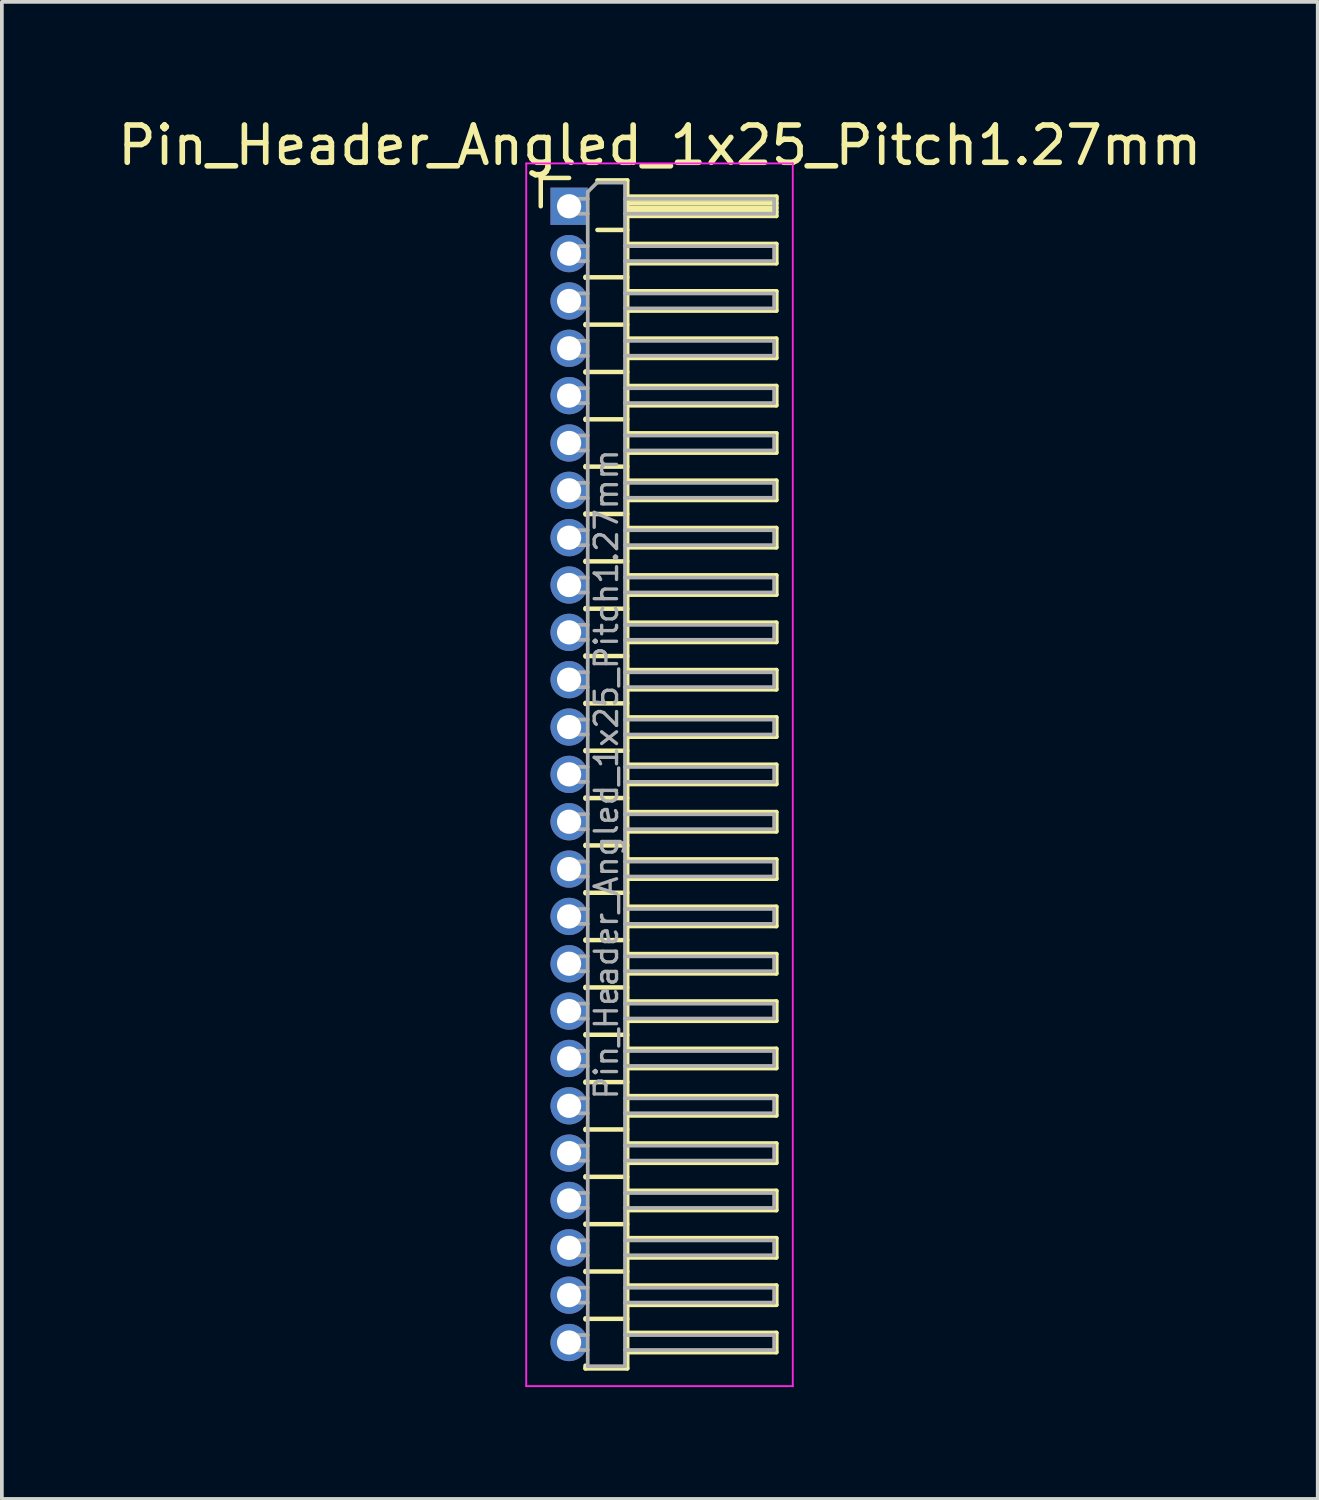
<source format=kicad_pcb>
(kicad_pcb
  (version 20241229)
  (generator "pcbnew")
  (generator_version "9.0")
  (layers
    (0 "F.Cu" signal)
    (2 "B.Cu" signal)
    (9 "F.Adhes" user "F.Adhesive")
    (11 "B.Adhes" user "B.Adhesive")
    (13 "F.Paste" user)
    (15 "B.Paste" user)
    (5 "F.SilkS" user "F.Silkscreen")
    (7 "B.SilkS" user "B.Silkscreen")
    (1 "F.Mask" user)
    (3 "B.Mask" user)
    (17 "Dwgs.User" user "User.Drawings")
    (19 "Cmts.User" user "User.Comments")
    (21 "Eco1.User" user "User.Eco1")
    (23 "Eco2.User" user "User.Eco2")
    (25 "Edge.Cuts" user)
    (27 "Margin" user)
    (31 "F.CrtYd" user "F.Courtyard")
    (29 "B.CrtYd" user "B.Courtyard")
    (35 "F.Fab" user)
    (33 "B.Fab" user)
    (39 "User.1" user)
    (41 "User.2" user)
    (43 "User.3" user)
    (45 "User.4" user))
  (footprint "Pin_Header_Angled_1x25_Pitch1.27mm"
    (layer "F.Cu")
    (at 12.216 2.483)
    (property "Reference" "Pin_Header_Angled_1x25_Pitch1.27mm" (at 2.433 -1.635 0) (layer "F.SilkS") (effects (font (size 1 1) (thickness 0.15))))
    (attr through_hole)
    (fp_line (start -0.76 -0.76) (end 0 -0.76) (stroke (width 0.12) (type solid)) (layer "F.SilkS"))
    (fp_line (start -0.76 0) (end -0.76 -0.76) (stroke (width 0.12) (type solid)) (layer "F.SilkS"))
    (fp_line (start 0.44 1.89) (end 0.44 1.92) (stroke (width 0.12) (type solid)) (layer "F.SilkS"))
    (fp_line (start 0.44 1.905) (end 1.56 1.905) (stroke (width 0.12) (type solid)) (layer "F.SilkS"))
    (fp_line (start 0.44 3.16) (end 0.44 3.19) (stroke (width 0.12) (type solid)) (layer "F.SilkS"))
    (fp_line (start 0.44 3.175) (end 1.56 3.175) (stroke (width 0.12) (type solid)) (layer "F.SilkS"))
    (fp_line (start 0.44 4.43) (end 0.44 4.46) (stroke (width 0.12) (type solid)) (layer "F.SilkS"))
    (fp_line (start 0.44 4.445) (end 1.56 4.445) (stroke (width 0.12) (type solid)) (layer "F.SilkS"))
    (fp_line (start 0.44 5.7) (end 0.44 5.73) (stroke (width 0.12) (type solid)) (layer "F.SilkS"))
    (fp_line (start 0.44 5.715) (end 1.56 5.715) (stroke (width 0.12) (type solid)) (layer "F.SilkS"))
    (fp_line (start 0.44 6.97) (end 0.44 7) (stroke (width 0.12) (type solid)) (layer "F.SilkS"))
    (fp_line (start 0.44 6.985) (end 1.56 6.985) (stroke (width 0.12) (type solid)) (layer "F.SilkS"))
    (fp_line (start 0.44 8.24) (end 0.44 8.27) (stroke (width 0.12) (type solid)) (layer "F.SilkS"))
    (fp_line (start 0.44 8.255) (end 1.56 8.255) (stroke (width 0.12) (type solid)) (layer "F.SilkS"))
    (fp_line (start 0.44 9.51) (end 0.44 9.54) (stroke (width 0.12) (type solid)) (layer "F.SilkS"))
    (fp_line (start 0.44 9.525) (end 1.56 9.525) (stroke (width 0.12) (type solid)) (layer "F.SilkS"))
    (fp_line (start 0.44 10.78) (end 0.44 10.81) (stroke (width 0.12) (type solid)) (layer "F.SilkS"))
    (fp_line (start 0.44 10.795) (end 1.56 10.795) (stroke (width 0.12) (type solid)) (layer "F.SilkS"))
    (fp_line (start 0.44 12.05) (end 0.44 12.08) (stroke (width 0.12) (type solid)) (layer "F.SilkS"))
    (fp_line (start 0.44 12.065) (end 1.56 12.065) (stroke (width 0.12) (type solid)) (layer "F.SilkS"))
    (fp_line (start 0.44 13.32) (end 0.44 13.35) (stroke (width 0.12) (type solid)) (layer "F.SilkS"))
    (fp_line (start 0.44 13.335) (end 1.56 13.335) (stroke (width 0.12) (type solid)) (layer "F.SilkS"))
    (fp_line (start 0.44 14.59) (end 0.44 14.62) (stroke (width 0.12) (type solid)) (layer "F.SilkS"))
    (fp_line (start 0.44 14.605) (end 1.56 14.605) (stroke (width 0.12) (type solid)) (layer "F.SilkS"))
    (fp_line (start 0.44 15.86) (end 0.44 15.89) (stroke (width 0.12) (type solid)) (layer "F.SilkS"))
    (fp_line (start 0.44 15.875) (end 1.56 15.875) (stroke (width 0.12) (type solid)) (layer "F.SilkS"))
    (fp_line (start 0.44 17.13) (end 0.44 17.16) (stroke (width 0.12) (type solid)) (layer "F.SilkS"))
    (fp_line (start 0.44 17.145) (end 1.56 17.145) (stroke (width 0.12) (type solid)) (layer "F.SilkS"))
    (fp_line (start 0.44 18.4) (end 0.44 18.43) (stroke (width 0.12) (type solid)) (layer "F.SilkS"))
    (fp_line (start 0.44 18.415) (end 1.56 18.415) (stroke (width 0.12) (type solid)) (layer "F.SilkS"))
    (fp_line (start 0.44 19.67) (end 0.44 19.7) (stroke (width 0.12) (type solid)) (layer "F.SilkS"))
    (fp_line (start 0.44 19.685) (end 1.56 19.685) (stroke (width 0.12) (type solid)) (layer "F.SilkS"))
    (fp_line (start 0.44 20.94) (end 0.44 20.97) (stroke (width 0.12) (type solid)) (layer "F.SilkS"))
    (fp_line (start 0.44 20.955) (end 1.56 20.955) (stroke (width 0.12) (type solid)) (layer "F.SilkS"))
    (fp_line (start 0.44 22.21) (end 0.44 22.24) (stroke (width 0.12) (type solid)) (layer "F.SilkS"))
    (fp_line (start 0.44 22.225) (end 1.56 22.225) (stroke (width 0.12) (type solid)) (layer "F.SilkS"))
    (fp_line (start 0.44 23.48) (end 0.44 23.51) (stroke (width 0.12) (type solid)) (layer "F.SilkS"))
    (fp_line (start 0.44 23.495) (end 1.56 23.495) (stroke (width 0.12) (type solid)) (layer "F.SilkS"))
    (fp_line (start 0.44 24.75) (end 0.44 24.78) (stroke (width 0.12) (type solid)) (layer "F.SilkS"))
    (fp_line (start 0.44 24.765) (end 1.56 24.765) (stroke (width 0.12) (type solid)) (layer "F.SilkS"))
    (fp_line (start 0.44 26.02) (end 0.44 26.05) (stroke (width 0.12) (type solid)) (layer "F.SilkS"))
    (fp_line (start 0.44 26.035) (end 1.56 26.035) (stroke (width 0.12) (type solid)) (layer "F.SilkS"))
    (fp_line (start 0.44 27.29) (end 0.44 27.32) (stroke (width 0.12) (type solid)) (layer "F.SilkS"))
    (fp_line (start 0.44 27.305) (end 1.56 27.305) (stroke (width 0.12) (type solid)) (layer "F.SilkS"))
    (fp_line (start 0.44 28.56) (end 0.44 28.59) (stroke (width 0.12) (type solid)) (layer "F.SilkS"))
    (fp_line (start 0.44 28.575) (end 1.56 28.575) (stroke (width 0.12) (type solid)) (layer "F.SilkS"))
    (fp_line (start 0.44 29.83) (end 0.44 29.86) (stroke (width 0.12) (type solid)) (layer "F.SilkS"))
    (fp_line (start 0.44 29.845) (end 1.56 29.845) (stroke (width 0.12) (type solid)) (layer "F.SilkS"))
    (fp_line (start 0.44 31.175) (end 0.44 31.1) (stroke (width 0.12) (type solid)) (layer "F.SilkS"))
    (fp_line (start 0.76 -0.695) (end 1.56 -0.695) (stroke (width 0.12) (type solid)) (layer "F.SilkS"))
    (fp_line (start 0.76 0.635) (end 1.56 0.635) (stroke (width 0.12) (type solid)) (layer "F.SilkS"))
    (fp_line (start 1.56 -0.695) (end 1.56 31.175) (stroke (width 0.12) (type solid)) (layer "F.SilkS"))
    (fp_line (start 1.56 -0.26) (end 5.56 -0.26) (stroke (width 0.12) (type solid)) (layer "F.SilkS"))
    (fp_line (start 1.56 -0.2) (end 5.56 -0.2) (stroke (width 0.12) (type solid)) (layer "F.SilkS"))
    (fp_line (start 1.56 -0.08) (end 5.56 -0.08) (stroke (width 0.12) (type solid)) (layer "F.SilkS"))
    (fp_line (start 1.56 0.04) (end 5.56 0.04) (stroke (width 0.12) (type solid)) (layer "F.SilkS"))
    (fp_line (start 1.56 0.16) (end 5.56 0.16) (stroke (width 0.12) (type solid)) (layer "F.SilkS"))
    (fp_line (start 1.56 1.01) (end 5.56 1.01) (stroke (width 0.12) (type solid)) (layer "F.SilkS"))
    (fp_line (start 1.56 2.28) (end 5.56 2.28) (stroke (width 0.12) (type solid)) (layer "F.SilkS"))
    (fp_line (start 1.56 3.55) (end 5.56 3.55) (stroke (width 0.12) (type solid)) (layer "F.SilkS"))
    (fp_line (start 1.56 4.82) (end 5.56 4.82) (stroke (width 0.12) (type solid)) (layer "F.SilkS"))
    (fp_line (start 1.56 6.09) (end 5.56 6.09) (stroke (width 0.12) (type solid)) (layer "F.SilkS"))
    (fp_line (start 1.56 7.36) (end 5.56 7.36) (stroke (width 0.12) (type solid)) (layer "F.SilkS"))
    (fp_line (start 1.56 8.63) (end 5.56 8.63) (stroke (width 0.12) (type solid)) (layer "F.SilkS"))
    (fp_line (start 1.56 9.9) (end 5.56 9.9) (stroke (width 0.12) (type solid)) (layer "F.SilkS"))
    (fp_line (start 1.56 11.17) (end 5.56 11.17) (stroke (width 0.12) (type solid)) (layer "F.SilkS"))
    (fp_line (start 1.56 12.44) (end 5.56 12.44) (stroke (width 0.12) (type solid)) (layer "F.SilkS"))
    (fp_line (start 1.56 13.71) (end 5.56 13.71) (stroke (width 0.12) (type solid)) (layer "F.SilkS"))
    (fp_line (start 1.56 14.98) (end 5.56 14.98) (stroke (width 0.12) (type solid)) (layer "F.SilkS"))
    (fp_line (start 1.56 16.25) (end 5.56 16.25) (stroke (width 0.12) (type solid)) (layer "F.SilkS"))
    (fp_line (start 1.56 17.52) (end 5.56 17.52) (stroke (width 0.12) (type solid)) (layer "F.SilkS"))
    (fp_line (start 1.56 18.79) (end 5.56 18.79) (stroke (width 0.12) (type solid)) (layer "F.SilkS"))
    (fp_line (start 1.56 20.06) (end 5.56 20.06) (stroke (width 0.12) (type solid)) (layer "F.SilkS"))
    (fp_line (start 1.56 21.33) (end 5.56 21.33) (stroke (width 0.12) (type solid)) (layer "F.SilkS"))
    (fp_line (start 1.56 22.6) (end 5.56 22.6) (stroke (width 0.12) (type solid)) (layer "F.SilkS"))
    (fp_line (start 1.56 23.87) (end 5.56 23.87) (stroke (width 0.12) (type solid)) (layer "F.SilkS"))
    (fp_line (start 1.56 25.14) (end 5.56 25.14) (stroke (width 0.12) (type solid)) (layer "F.SilkS"))
    (fp_line (start 1.56 26.41) (end 5.56 26.41) (stroke (width 0.12) (type solid)) (layer "F.SilkS"))
    (fp_line (start 1.56 27.68) (end 5.56 27.68) (stroke (width 0.12) (type solid)) (layer "F.SilkS"))
    (fp_line (start 1.56 28.95) (end 5.56 28.95) (stroke (width 0.12) (type solid)) (layer "F.SilkS"))
    (fp_line (start 1.56 30.22) (end 5.56 30.22) (stroke (width 0.12) (type solid)) (layer "F.SilkS"))
    (fp_line (start 1.56 31.175) (end 0.44 31.175) (stroke (width 0.12) (type solid)) (layer "F.SilkS"))
    (fp_line (start 5.56 -0.26) (end 5.56 0.26) (stroke (width 0.12) (type solid)) (layer "F.SilkS"))
    (fp_line (start 5.56 0.26) (end 1.56 0.26) (stroke (width 0.12) (type solid)) (layer "F.SilkS"))
    (fp_line (start 5.56 1.01) (end 5.56 1.53) (stroke (width 0.12) (type solid)) (layer "F.SilkS"))
    (fp_line (start 5.56 1.53) (end 1.56 1.53) (stroke (width 0.12) (type solid)) (layer "F.SilkS"))
    (fp_line (start 5.56 2.28) (end 5.56 2.8) (stroke (width 0.12) (type solid)) (layer "F.SilkS"))
    (fp_line (start 5.56 2.8) (end 1.56 2.8) (stroke (width 0.12) (type solid)) (layer "F.SilkS"))
    (fp_line (start 5.56 3.55) (end 5.56 4.07) (stroke (width 0.12) (type solid)) (layer "F.SilkS"))
    (fp_line (start 5.56 4.07) (end 1.56 4.07) (stroke (width 0.12) (type solid)) (layer "F.SilkS"))
    (fp_line (start 5.56 4.82) (end 5.56 5.34) (stroke (width 0.12) (type solid)) (layer "F.SilkS"))
    (fp_line (start 5.56 5.34) (end 1.56 5.34) (stroke (width 0.12) (type solid)) (layer "F.SilkS"))
    (fp_line (start 5.56 6.09) (end 5.56 6.61) (stroke (width 0.12) (type solid)) (layer "F.SilkS"))
    (fp_line (start 5.56 6.61) (end 1.56 6.61) (stroke (width 0.12) (type solid)) (layer "F.SilkS"))
    (fp_line (start 5.56 7.36) (end 5.56 7.88) (stroke (width 0.12) (type solid)) (layer "F.SilkS"))
    (fp_line (start 5.56 7.88) (end 1.56 7.88) (stroke (width 0.12) (type solid)) (layer "F.SilkS"))
    (fp_line (start 5.56 8.63) (end 5.56 9.15) (stroke (width 0.12) (type solid)) (layer "F.SilkS"))
    (fp_line (start 5.56 9.15) (end 1.56 9.15) (stroke (width 0.12) (type solid)) (layer "F.SilkS"))
    (fp_line (start 5.56 9.9) (end 5.56 10.42) (stroke (width 0.12) (type solid)) (layer "F.SilkS"))
    (fp_line (start 5.56 10.42) (end 1.56 10.42) (stroke (width 0.12) (type solid)) (layer "F.SilkS"))
    (fp_line (start 5.56 11.17) (end 5.56 11.69) (stroke (width 0.12) (type solid)) (layer "F.SilkS"))
    (fp_line (start 5.56 11.69) (end 1.56 11.69) (stroke (width 0.12) (type solid)) (layer "F.SilkS"))
    (fp_line (start 5.56 12.44) (end 5.56 12.96) (stroke (width 0.12) (type solid)) (layer "F.SilkS"))
    (fp_line (start 5.56 12.96) (end 1.56 12.96) (stroke (width 0.12) (type solid)) (layer "F.SilkS"))
    (fp_line (start 5.56 13.71) (end 5.56 14.23) (stroke (width 0.12) (type solid)) (layer "F.SilkS"))
    (fp_line (start 5.56 14.23) (end 1.56 14.23) (stroke (width 0.12) (type solid)) (layer "F.SilkS"))
    (fp_line (start 5.56 14.98) (end 5.56 15.5) (stroke (width 0.12) (type solid)) (layer "F.SilkS"))
    (fp_line (start 5.56 15.5) (end 1.56 15.5) (stroke (width 0.12) (type solid)) (layer "F.SilkS"))
    (fp_line (start 5.56 16.25) (end 5.56 16.77) (stroke (width 0.12) (type solid)) (layer "F.SilkS"))
    (fp_line (start 5.56 16.77) (end 1.56 16.77) (stroke (width 0.12) (type solid)) (layer "F.SilkS"))
    (fp_line (start 5.56 17.52) (end 5.56 18.04) (stroke (width 0.12) (type solid)) (layer "F.SilkS"))
    (fp_line (start 5.56 18.04) (end 1.56 18.04) (stroke (width 0.12) (type solid)) (layer "F.SilkS"))
    (fp_line (start 5.56 18.79) (end 5.56 19.31) (stroke (width 0.12) (type solid)) (layer "F.SilkS"))
    (fp_line (start 5.56 19.31) (end 1.56 19.31) (stroke (width 0.12) (type solid)) (layer "F.SilkS"))
    (fp_line (start 5.56 20.06) (end 5.56 20.58) (stroke (width 0.12) (type solid)) (layer "F.SilkS"))
    (fp_line (start 5.56 20.58) (end 1.56 20.58) (stroke (width 0.12) (type solid)) (layer "F.SilkS"))
    (fp_line (start 5.56 21.33) (end 5.56 21.85) (stroke (width 0.12) (type solid)) (layer "F.SilkS"))
    (fp_line (start 5.56 21.85) (end 1.56 21.85) (stroke (width 0.12) (type solid)) (layer "F.SilkS"))
    (fp_line (start 5.56 22.6) (end 5.56 23.12) (stroke (width 0.12) (type solid)) (layer "F.SilkS"))
    (fp_line (start 5.56 23.12) (end 1.56 23.12) (stroke (width 0.12) (type solid)) (layer "F.SilkS"))
    (fp_line (start 5.56 23.87) (end 5.56 24.39) (stroke (width 0.12) (type solid)) (layer "F.SilkS"))
    (fp_line (start 5.56 24.39) (end 1.56 24.39) (stroke (width 0.12) (type solid)) (layer "F.SilkS"))
    (fp_line (start 5.56 25.14) (end 5.56 25.66) (stroke (width 0.12) (type solid)) (layer "F.SilkS"))
    (fp_line (start 5.56 25.66) (end 1.56 25.66) (stroke (width 0.12) (type solid)) (layer "F.SilkS"))
    (fp_line (start 5.56 26.41) (end 5.56 26.93) (stroke (width 0.12) (type solid)) (layer "F.SilkS"))
    (fp_line (start 5.56 26.93) (end 1.56 26.93) (stroke (width 0.12) (type solid)) (layer "F.SilkS"))
    (fp_line (start 5.56 27.68) (end 5.56 28.2) (stroke (width 0.12) (type solid)) (layer "F.SilkS"))
    (fp_line (start 5.56 28.2) (end 1.56 28.2) (stroke (width 0.12) (type solid)) (layer "F.SilkS"))
    (fp_line (start 5.56 28.95) (end 5.56 29.47) (stroke (width 0.12) (type solid)) (layer "F.SilkS"))
    (fp_line (start 5.56 29.47) (end 1.56 29.47) (stroke (width 0.12) (type solid)) (layer "F.SilkS"))
    (fp_line (start 5.56 30.22) (end 5.56 30.74) (stroke (width 0.12) (type solid)) (layer "F.SilkS"))
    (fp_line (start 5.56 30.74) (end 1.56 30.74) (stroke (width 0.12) (type solid)) (layer "F.SilkS"))
    (fp_line (start -1.15 -1.15) (end -1.15 31.65) (stroke (width 0.05) (type solid)) (layer "F.CrtYd"))
    (fp_line (start -1.15 31.65) (end 6 31.65) (stroke (width 0.05) (type solid)) (layer "F.CrtYd"))
    (fp_line (start 6 -1.15) (end -1.15 -1.15) (stroke (width 0.05) (type solid)) (layer "F.CrtYd"))
    (fp_line (start 6 31.65) (end 6 -1.15) (stroke (width 0.05) (type solid)) (layer "F.CrtYd"))
    (fp_line (start -0.2 -0.2) (end -0.2 0.2) (stroke (width 0.1) (type solid)) (layer "F.Fab"))
    (fp_line (start -0.2 -0.2) (end 0.5 -0.2) (stroke (width 0.1) (type solid)) (layer "F.Fab"))
    (fp_line (start -0.2 0.2) (end 0.5 0.2) (stroke (width 0.1) (type solid)) (layer "F.Fab"))
    (fp_line (start -0.2 1.07) (end -0.2 1.47) (stroke (width 0.1) (type solid)) (layer "F.Fab"))
    (fp_line (start -0.2 1.07) (end 0.5 1.07) (stroke (width 0.1) (type solid)) (layer "F.Fab"))
    (fp_line (start -0.2 1.47) (end 0.5 1.47) (stroke (width 0.1) (type solid)) (layer "F.Fab"))
    (fp_line (start -0.2 2.34) (end -0.2 2.74) (stroke (width 0.1) (type solid)) (layer "F.Fab"))
    (fp_line (start -0.2 2.34) (end 0.5 2.34) (stroke (width 0.1) (type solid)) (layer "F.Fab"))
    (fp_line (start -0.2 2.74) (end 0.5 2.74) (stroke (width 0.1) (type solid)) (layer "F.Fab"))
    (fp_line (start -0.2 3.61) (end -0.2 4.01) (stroke (width 0.1) (type solid)) (layer "F.Fab"))
    (fp_line (start -0.2 3.61) (end 0.5 3.61) (stroke (width 0.1) (type solid)) (layer "F.Fab"))
    (fp_line (start -0.2 4.01) (end 0.5 4.01) (stroke (width 0.1) (type solid)) (layer "F.Fab"))
    (fp_line (start -0.2 4.88) (end -0.2 5.28) (stroke (width 0.1) (type solid)) (layer "F.Fab"))
    (fp_line (start -0.2 4.88) (end 0.5 4.88) (stroke (width 0.1) (type solid)) (layer "F.Fab"))
    (fp_line (start -0.2 5.28) (end 0.5 5.28) (stroke (width 0.1) (type solid)) (layer "F.Fab"))
    (fp_line (start -0.2 6.15) (end -0.2 6.55) (stroke (width 0.1) (type solid)) (layer "F.Fab"))
    (fp_line (start -0.2 6.15) (end 0.5 6.15) (stroke (width 0.1) (type solid)) (layer "F.Fab"))
    (fp_line (start -0.2 6.55) (end 0.5 6.55) (stroke (width 0.1) (type solid)) (layer "F.Fab"))
    (fp_line (start -0.2 7.42) (end -0.2 7.82) (stroke (width 0.1) (type solid)) (layer "F.Fab"))
    (fp_line (start -0.2 7.42) (end 0.5 7.42) (stroke (width 0.1) (type solid)) (layer "F.Fab"))
    (fp_line (start -0.2 7.82) (end 0.5 7.82) (stroke (width 0.1) (type solid)) (layer "F.Fab"))
    (fp_line (start -0.2 8.69) (end -0.2 9.09) (stroke (width 0.1) (type solid)) (layer "F.Fab"))
    (fp_line (start -0.2 8.69) (end 0.5 8.69) (stroke (width 0.1) (type solid)) (layer "F.Fab"))
    (fp_line (start -0.2 9.09) (end 0.5 9.09) (stroke (width 0.1) (type solid)) (layer "F.Fab"))
    (fp_line (start -0.2 9.96) (end -0.2 10.36) (stroke (width 0.1) (type solid)) (layer "F.Fab"))
    (fp_line (start -0.2 9.96) (end 0.5 9.96) (stroke (width 0.1) (type solid)) (layer "F.Fab"))
    (fp_line (start -0.2 10.36) (end 0.5 10.36) (stroke (width 0.1) (type solid)) (layer "F.Fab"))
    (fp_line (start -0.2 11.23) (end -0.2 11.63) (stroke (width 0.1) (type solid)) (layer "F.Fab"))
    (fp_line (start -0.2 11.23) (end 0.5 11.23) (stroke (width 0.1) (type solid)) (layer "F.Fab"))
    (fp_line (start -0.2 11.63) (end 0.5 11.63) (stroke (width 0.1) (type solid)) (layer "F.Fab"))
    (fp_line (start -0.2 12.5) (end -0.2 12.9) (stroke (width 0.1) (type solid)) (layer "F.Fab"))
    (fp_line (start -0.2 12.5) (end 0.5 12.5) (stroke (width 0.1) (type solid)) (layer "F.Fab"))
    (fp_line (start -0.2 12.9) (end 0.5 12.9) (stroke (width 0.1) (type solid)) (layer "F.Fab"))
    (fp_line (start -0.2 13.77) (end -0.2 14.17) (stroke (width 0.1) (type solid)) (layer "F.Fab"))
    (fp_line (start -0.2 13.77) (end 0.5 13.77) (stroke (width 0.1) (type solid)) (layer "F.Fab"))
    (fp_line (start -0.2 14.17) (end 0.5 14.17) (stroke (width 0.1) (type solid)) (layer "F.Fab"))
    (fp_line (start -0.2 15.04) (end -0.2 15.44) (stroke (width 0.1) (type solid)) (layer "F.Fab"))
    (fp_line (start -0.2 15.04) (end 0.5 15.04) (stroke (width 0.1) (type solid)) (layer "F.Fab"))
    (fp_line (start -0.2 15.44) (end 0.5 15.44) (stroke (width 0.1) (type solid)) (layer "F.Fab"))
    (fp_line (start -0.2 16.31) (end -0.2 16.71) (stroke (width 0.1) (type solid)) (layer "F.Fab"))
    (fp_line (start -0.2 16.31) (end 0.5 16.31) (stroke (width 0.1) (type solid)) (layer "F.Fab"))
    (fp_line (start -0.2 16.71) (end 0.5 16.71) (stroke (width 0.1) (type solid)) (layer "F.Fab"))
    (fp_line (start -0.2 17.58) (end -0.2 17.98) (stroke (width 0.1) (type solid)) (layer "F.Fab"))
    (fp_line (start -0.2 17.58) (end 0.5 17.58) (stroke (width 0.1) (type solid)) (layer "F.Fab"))
    (fp_line (start -0.2 17.98) (end 0.5 17.98) (stroke (width 0.1) (type solid)) (layer "F.Fab"))
    (fp_line (start -0.2 18.85) (end -0.2 19.25) (stroke (width 0.1) (type solid)) (layer "F.Fab"))
    (fp_line (start -0.2 18.85) (end 0.5 18.85) (stroke (width 0.1) (type solid)) (layer "F.Fab"))
    (fp_line (start -0.2 19.25) (end 0.5 19.25) (stroke (width 0.1) (type solid)) (layer "F.Fab"))
    (fp_line (start -0.2 20.12) (end -0.2 20.52) (stroke (width 0.1) (type solid)) (layer "F.Fab"))
    (fp_line (start -0.2 20.12) (end 0.5 20.12) (stroke (width 0.1) (type solid)) (layer "F.Fab"))
    (fp_line (start -0.2 20.52) (end 0.5 20.52) (stroke (width 0.1) (type solid)) (layer "F.Fab"))
    (fp_line (start -0.2 21.39) (end -0.2 21.79) (stroke (width 0.1) (type solid)) (layer "F.Fab"))
    (fp_line (start -0.2 21.39) (end 0.5 21.39) (stroke (width 0.1) (type solid)) (layer "F.Fab"))
    (fp_line (start -0.2 21.79) (end 0.5 21.79) (stroke (width 0.1) (type solid)) (layer "F.Fab"))
    (fp_line (start -0.2 22.66) (end -0.2 23.06) (stroke (width 0.1) (type solid)) (layer "F.Fab"))
    (fp_line (start -0.2 22.66) (end 0.5 22.66) (stroke (width 0.1) (type solid)) (layer "F.Fab"))
    (fp_line (start -0.2 23.06) (end 0.5 23.06) (stroke (width 0.1) (type solid)) (layer "F.Fab"))
    (fp_line (start -0.2 23.93) (end -0.2 24.33) (stroke (width 0.1) (type solid)) (layer "F.Fab"))
    (fp_line (start -0.2 23.93) (end 0.5 23.93) (stroke (width 0.1) (type solid)) (layer "F.Fab"))
    (fp_line (start -0.2 24.33) (end 0.5 24.33) (stroke (width 0.1) (type solid)) (layer "F.Fab"))
    (fp_line (start -0.2 25.2) (end -0.2 25.6) (stroke (width 0.1) (type solid)) (layer "F.Fab"))
    (fp_line (start -0.2 25.2) (end 0.5 25.2) (stroke (width 0.1) (type solid)) (layer "F.Fab"))
    (fp_line (start -0.2 25.6) (end 0.5 25.6) (stroke (width 0.1) (type solid)) (layer "F.Fab"))
    (fp_line (start -0.2 26.47) (end -0.2 26.87) (stroke (width 0.1) (type solid)) (layer "F.Fab"))
    (fp_line (start -0.2 26.47) (end 0.5 26.47) (stroke (width 0.1) (type solid)) (layer "F.Fab"))
    (fp_line (start -0.2 26.87) (end 0.5 26.87) (stroke (width 0.1) (type solid)) (layer "F.Fab"))
    (fp_line (start -0.2 27.74) (end -0.2 28.14) (stroke (width 0.1) (type solid)) (layer "F.Fab"))
    (fp_line (start -0.2 27.74) (end 0.5 27.74) (stroke (width 0.1) (type solid)) (layer "F.Fab"))
    (fp_line (start -0.2 28.14) (end 0.5 28.14) (stroke (width 0.1) (type solid)) (layer "F.Fab"))
    (fp_line (start -0.2 29.01) (end -0.2 29.41) (stroke (width 0.1) (type solid)) (layer "F.Fab"))
    (fp_line (start -0.2 29.01) (end 0.5 29.01) (stroke (width 0.1) (type solid)) (layer "F.Fab"))
    (fp_line (start -0.2 29.41) (end 0.5 29.41) (stroke (width 0.1) (type solid)) (layer "F.Fab"))
    (fp_line (start -0.2 30.28) (end -0.2 30.68) (stroke (width 0.1) (type solid)) (layer "F.Fab"))
    (fp_line (start -0.2 30.28) (end 0.5 30.28) (stroke (width 0.1) (type solid)) (layer "F.Fab"))
    (fp_line (start -0.2 30.68) (end 0.5 30.68) (stroke (width 0.1) (type solid)) (layer "F.Fab"))
    (fp_line (start 0.5 -0.385) (end 0.75 -0.635) (stroke (width 0.1) (type solid)) (layer "F.Fab"))
    (fp_line (start 0.5 31.115) (end 0.5 -0.385) (stroke (width 0.1) (type solid)) (layer "F.Fab"))
    (fp_line (start 0.75 -0.635) (end 1.5 -0.635) (stroke (width 0.1) (type solid)) (layer "F.Fab"))
    (fp_line (start 1.5 -0.635) (end 1.5 31.115) (stroke (width 0.1) (type solid)) (layer "F.Fab"))
    (fp_line (start 1.5 -0.2) (end 5.5 -0.2) (stroke (width 0.1) (type solid)) (layer "F.Fab"))
    (fp_line (start 1.5 0.2) (end 5.5 0.2) (stroke (width 0.1) (type solid)) (layer "F.Fab"))
    (fp_line (start 1.5 1.07) (end 5.5 1.07) (stroke (width 0.1) (type solid)) (layer "F.Fab"))
    (fp_line (start 1.5 1.47) (end 5.5 1.47) (stroke (width 0.1) (type solid)) (layer "F.Fab"))
    (fp_line (start 1.5 2.34) (end 5.5 2.34) (stroke (width 0.1) (type solid)) (layer "F.Fab"))
    (fp_line (start 1.5 2.74) (end 5.5 2.74) (stroke (width 0.1) (type solid)) (layer "F.Fab"))
    (fp_line (start 1.5 3.61) (end 5.5 3.61) (stroke (width 0.1) (type solid)) (layer "F.Fab"))
    (fp_line (start 1.5 4.01) (end 5.5 4.01) (stroke (width 0.1) (type solid)) (layer "F.Fab"))
    (fp_line (start 1.5 4.88) (end 5.5 4.88) (stroke (width 0.1) (type solid)) (layer "F.Fab"))
    (fp_line (start 1.5 5.28) (end 5.5 5.28) (stroke (width 0.1) (type solid)) (layer "F.Fab"))
    (fp_line (start 1.5 6.15) (end 5.5 6.15) (stroke (width 0.1) (type solid)) (layer "F.Fab"))
    (fp_line (start 1.5 6.55) (end 5.5 6.55) (stroke (width 0.1) (type solid)) (layer "F.Fab"))
    (fp_line (start 1.5 7.42) (end 5.5 7.42) (stroke (width 0.1) (type solid)) (layer "F.Fab"))
    (fp_line (start 1.5 7.82) (end 5.5 7.82) (stroke (width 0.1) (type solid)) (layer "F.Fab"))
    (fp_line (start 1.5 8.69) (end 5.5 8.69) (stroke (width 0.1) (type solid)) (layer "F.Fab"))
    (fp_line (start 1.5 9.09) (end 5.5 9.09) (stroke (width 0.1) (type solid)) (layer "F.Fab"))
    (fp_line (start 1.5 9.96) (end 5.5 9.96) (stroke (width 0.1) (type solid)) (layer "F.Fab"))
    (fp_line (start 1.5 10.36) (end 5.5 10.36) (stroke (width 0.1) (type solid)) (layer "F.Fab"))
    (fp_line (start 1.5 11.23) (end 5.5 11.23) (stroke (width 0.1) (type solid)) (layer "F.Fab"))
    (fp_line (start 1.5 11.63) (end 5.5 11.63) (stroke (width 0.1) (type solid)) (layer "F.Fab"))
    (fp_line (start 1.5 12.5) (end 5.5 12.5) (stroke (width 0.1) (type solid)) (layer "F.Fab"))
    (fp_line (start 1.5 12.9) (end 5.5 12.9) (stroke (width 0.1) (type solid)) (layer "F.Fab"))
    (fp_line (start 1.5 13.77) (end 5.5 13.77) (stroke (width 0.1) (type solid)) (layer "F.Fab"))
    (fp_line (start 1.5 14.17) (end 5.5 14.17) (stroke (width 0.1) (type solid)) (layer "F.Fab"))
    (fp_line (start 1.5 15.04) (end 5.5 15.04) (stroke (width 0.1) (type solid)) (layer "F.Fab"))
    (fp_line (start 1.5 15.44) (end 5.5 15.44) (stroke (width 0.1) (type solid)) (layer "F.Fab"))
    (fp_line (start 1.5 16.31) (end 5.5 16.31) (stroke (width 0.1) (type solid)) (layer "F.Fab"))
    (fp_line (start 1.5 16.71) (end 5.5 16.71) (stroke (width 0.1) (type solid)) (layer "F.Fab"))
    (fp_line (start 1.5 17.58) (end 5.5 17.58) (stroke (width 0.1) (type solid)) (layer "F.Fab"))
    (fp_line (start 1.5 17.98) (end 5.5 17.98) (stroke (width 0.1) (type solid)) (layer "F.Fab"))
    (fp_line (start 1.5 18.85) (end 5.5 18.85) (stroke (width 0.1) (type solid)) (layer "F.Fab"))
    (fp_line (start 1.5 19.25) (end 5.5 19.25) (stroke (width 0.1) (type solid)) (layer "F.Fab"))
    (fp_line (start 1.5 20.12) (end 5.5 20.12) (stroke (width 0.1) (type solid)) (layer "F.Fab"))
    (fp_line (start 1.5 20.52) (end 5.5 20.52) (stroke (width 0.1) (type solid)) (layer "F.Fab"))
    (fp_line (start 1.5 21.39) (end 5.5 21.39) (stroke (width 0.1) (type solid)) (layer "F.Fab"))
    (fp_line (start 1.5 21.79) (end 5.5 21.79) (stroke (width 0.1) (type solid)) (layer "F.Fab"))
    (fp_line (start 1.5 22.66) (end 5.5 22.66) (stroke (width 0.1) (type solid)) (layer "F.Fab"))
    (fp_line (start 1.5 23.06) (end 5.5 23.06) (stroke (width 0.1) (type solid)) (layer "F.Fab"))
    (fp_line (start 1.5 23.93) (end 5.5 23.93) (stroke (width 0.1) (type solid)) (layer "F.Fab"))
    (fp_line (start 1.5 24.33) (end 5.5 24.33) (stroke (width 0.1) (type solid)) (layer "F.Fab"))
    (fp_line (start 1.5 25.2) (end 5.5 25.2) (stroke (width 0.1) (type solid)) (layer "F.Fab"))
    (fp_line (start 1.5 25.6) (end 5.5 25.6) (stroke (width 0.1) (type solid)) (layer "F.Fab"))
    (fp_line (start 1.5 26.47) (end 5.5 26.47) (stroke (width 0.1) (type solid)) (layer "F.Fab"))
    (fp_line (start 1.5 26.87) (end 5.5 26.87) (stroke (width 0.1) (type solid)) (layer "F.Fab"))
    (fp_line (start 1.5 27.74) (end 5.5 27.74) (stroke (width 0.1) (type solid)) (layer "F.Fab"))
    (fp_line (start 1.5 28.14) (end 5.5 28.14) (stroke (width 0.1) (type solid)) (layer "F.Fab"))
    (fp_line (start 1.5 29.01) (end 5.5 29.01) (stroke (width 0.1) (type solid)) (layer "F.Fab"))
    (fp_line (start 1.5 29.41) (end 5.5 29.41) (stroke (width 0.1) (type solid)) (layer "F.Fab"))
    (fp_line (start 1.5 30.28) (end 5.5 30.28) (stroke (width 0.1) (type solid)) (layer "F.Fab"))
    (fp_line (start 1.5 30.68) (end 5.5 30.68) (stroke (width 0.1) (type solid)) (layer "F.Fab"))
    (fp_line (start 1.5 31.115) (end 0.5 31.115) (stroke (width 0.1) (type solid)) (layer "F.Fab"))
    (fp_line (start 5.5 -0.2) (end 5.5 0.2) (stroke (width 0.1) (type solid)) (layer "F.Fab"))
    (fp_line (start 5.5 1.07) (end 5.5 1.47) (stroke (width 0.1) (type solid)) (layer "F.Fab"))
    (fp_line (start 5.5 2.34) (end 5.5 2.74) (stroke (width 0.1) (type solid)) (layer "F.Fab"))
    (fp_line (start 5.5 3.61) (end 5.5 4.01) (stroke (width 0.1) (type solid)) (layer "F.Fab"))
    (fp_line (start 5.5 4.88) (end 5.5 5.28) (stroke (width 0.1) (type solid)) (layer "F.Fab"))
    (fp_line (start 5.5 6.15) (end 5.5 6.55) (stroke (width 0.1) (type solid)) (layer "F.Fab"))
    (fp_line (start 5.5 7.42) (end 5.5 7.82) (stroke (width 0.1) (type solid)) (layer "F.Fab"))
    (fp_line (start 5.5 8.69) (end 5.5 9.09) (stroke (width 0.1) (type solid)) (layer "F.Fab"))
    (fp_line (start 5.5 9.96) (end 5.5 10.36) (stroke (width 0.1) (type solid)) (layer "F.Fab"))
    (fp_line (start 5.5 11.23) (end 5.5 11.63) (stroke (width 0.1) (type solid)) (layer "F.Fab"))
    (fp_line (start 5.5 12.5) (end 5.5 12.9) (stroke (width 0.1) (type solid)) (layer "F.Fab"))
    (fp_line (start 5.5 13.77) (end 5.5 14.17) (stroke (width 0.1) (type solid)) (layer "F.Fab"))
    (fp_line (start 5.5 15.04) (end 5.5 15.44) (stroke (width 0.1) (type solid)) (layer "F.Fab"))
    (fp_line (start 5.5 16.31) (end 5.5 16.71) (stroke (width 0.1) (type solid)) (layer "F.Fab"))
    (fp_line (start 5.5 17.58) (end 5.5 17.98) (stroke (width 0.1) (type solid)) (layer "F.Fab"))
    (fp_line (start 5.5 18.85) (end 5.5 19.25) (stroke (width 0.1) (type solid)) (layer "F.Fab"))
    (fp_line (start 5.5 20.12) (end 5.5 20.52) (stroke (width 0.1) (type solid)) (layer "F.Fab"))
    (fp_line (start 5.5 21.39) (end 5.5 21.79) (stroke (width 0.1) (type solid)) (layer "F.Fab"))
    (fp_line (start 5.5 22.66) (end 5.5 23.06) (stroke (width 0.1) (type solid)) (layer "F.Fab"))
    (fp_line (start 5.5 23.93) (end 5.5 24.33) (stroke (width 0.1) (type solid)) (layer "F.Fab"))
    (fp_line (start 5.5 25.2) (end 5.5 25.6) (stroke (width 0.1) (type solid)) (layer "F.Fab"))
    (fp_line (start 5.5 26.47) (end 5.5 26.87) (stroke (width 0.1) (type solid)) (layer "F.Fab"))
    (fp_line (start 5.5 27.74) (end 5.5 28.14) (stroke (width 0.1) (type solid)) (layer "F.Fab"))
    (fp_line (start 5.5 29.01) (end 5.5 29.41) (stroke (width 0.1) (type solid)) (layer "F.Fab"))
    (fp_line (start 5.5 30.28) (end 5.5 30.68) (stroke (width 0.1) (type solid)) (layer "F.Fab"))
    (fp_text user "${REFERENCE}" (at 1 15.24 90) (layer "F.Fab") (effects (font (size 0.6 0.6) (thickness 0.09))))
    (pad "1" thru_hole rect (at 0 0) (size 1 1) (drill 0.65) (layers "*.Cu" "*.Mask"))
    (pad "2" thru_hole oval (at 0 1.27) (size 1 1) (drill 0.65) (layers "*.Cu" "*.Mask"))
    (pad "3" thru_hole oval (at 0 2.54) (size 1 1) (drill 0.65) (layers "*.Cu" "*.Mask"))
    (pad "4" thru_hole oval (at 0 3.81) (size 1 1) (drill 0.65) (layers "*.Cu" "*.Mask"))
    (pad "5" thru_hole oval (at 0 5.08) (size 1 1) (drill 0.65) (layers "*.Cu" "*.Mask"))
    (pad "6" thru_hole oval (at 0 6.35) (size 1 1) (drill 0.65) (layers "*.Cu" "*.Mask"))
    (pad "7" thru_hole oval (at 0 7.62) (size 1 1) (drill 0.65) (layers "*.Cu" "*.Mask"))
    (pad "8" thru_hole oval (at 0 8.89) (size 1 1) (drill 0.65) (layers "*.Cu" "*.Mask"))
    (pad "9" thru_hole oval (at 0 10.16) (size 1 1) (drill 0.65) (layers "*.Cu" "*.Mask"))
    (pad "10" thru_hole oval (at 0 11.43) (size 1 1) (drill 0.65) (layers "*.Cu" "*.Mask"))
    (pad "11" thru_hole oval (at 0 12.7) (size 1 1) (drill 0.65) (layers "*.Cu" "*.Mask"))
    (pad "12" thru_hole oval (at 0 13.97) (size 1 1) (drill 0.65) (layers "*.Cu" "*.Mask"))
    (pad "13" thru_hole oval (at 0 15.24) (size 1 1) (drill 0.65) (layers "*.Cu" "*.Mask"))
    (pad "14" thru_hole oval (at 0 16.51) (size 1 1) (drill 0.65) (layers "*.Cu" "*.Mask"))
    (pad "15" thru_hole oval (at 0 17.78) (size 1 1) (drill 0.65) (layers "*.Cu" "*.Mask"))
    (pad "16" thru_hole oval (at 0 19.05) (size 1 1) (drill 0.65) (layers "*.Cu" "*.Mask"))
    (pad "17" thru_hole oval (at 0 20.32) (size 1 1) (drill 0.65) (layers "*.Cu" "*.Mask"))
    (pad "18" thru_hole oval (at 0 21.59) (size 1 1) (drill 0.65) (layers "*.Cu" "*.Mask"))
    (pad "19" thru_hole oval (at 0 22.86) (size 1 1) (drill 0.65) (layers "*.Cu" "*.Mask"))
    (pad "20" thru_hole oval (at 0 24.13) (size 1 1) (drill 0.65) (layers "*.Cu" "*.Mask"))
    (pad "21" thru_hole oval (at 0 25.4) (size 1 1) (drill 0.65) (layers "*.Cu" "*.Mask"))
    (pad "22" thru_hole oval (at 0 26.67) (size 1 1) (drill 0.65) (layers "*.Cu" "*.Mask"))
    (pad "23" thru_hole oval (at 0 27.94) (size 1 1) (drill 0.65) (layers "*.Cu" "*.Mask"))
    (pad "24" thru_hole oval (at 0 29.21) (size 1 1) (drill 0.65) (layers "*.Cu" "*.Mask"))
    (pad "25" thru_hole oval (at 0 30.48) (size 1 1) (drill 0.65) (layers "*.Cu" "*.Mask")))
  (gr_rect
    (start -3 -3)
    (end 32.298 37.158)
    (stroke (width 0.1) (type default))
    (fill no)
    (layer "Edge.Cuts")))
</source>
